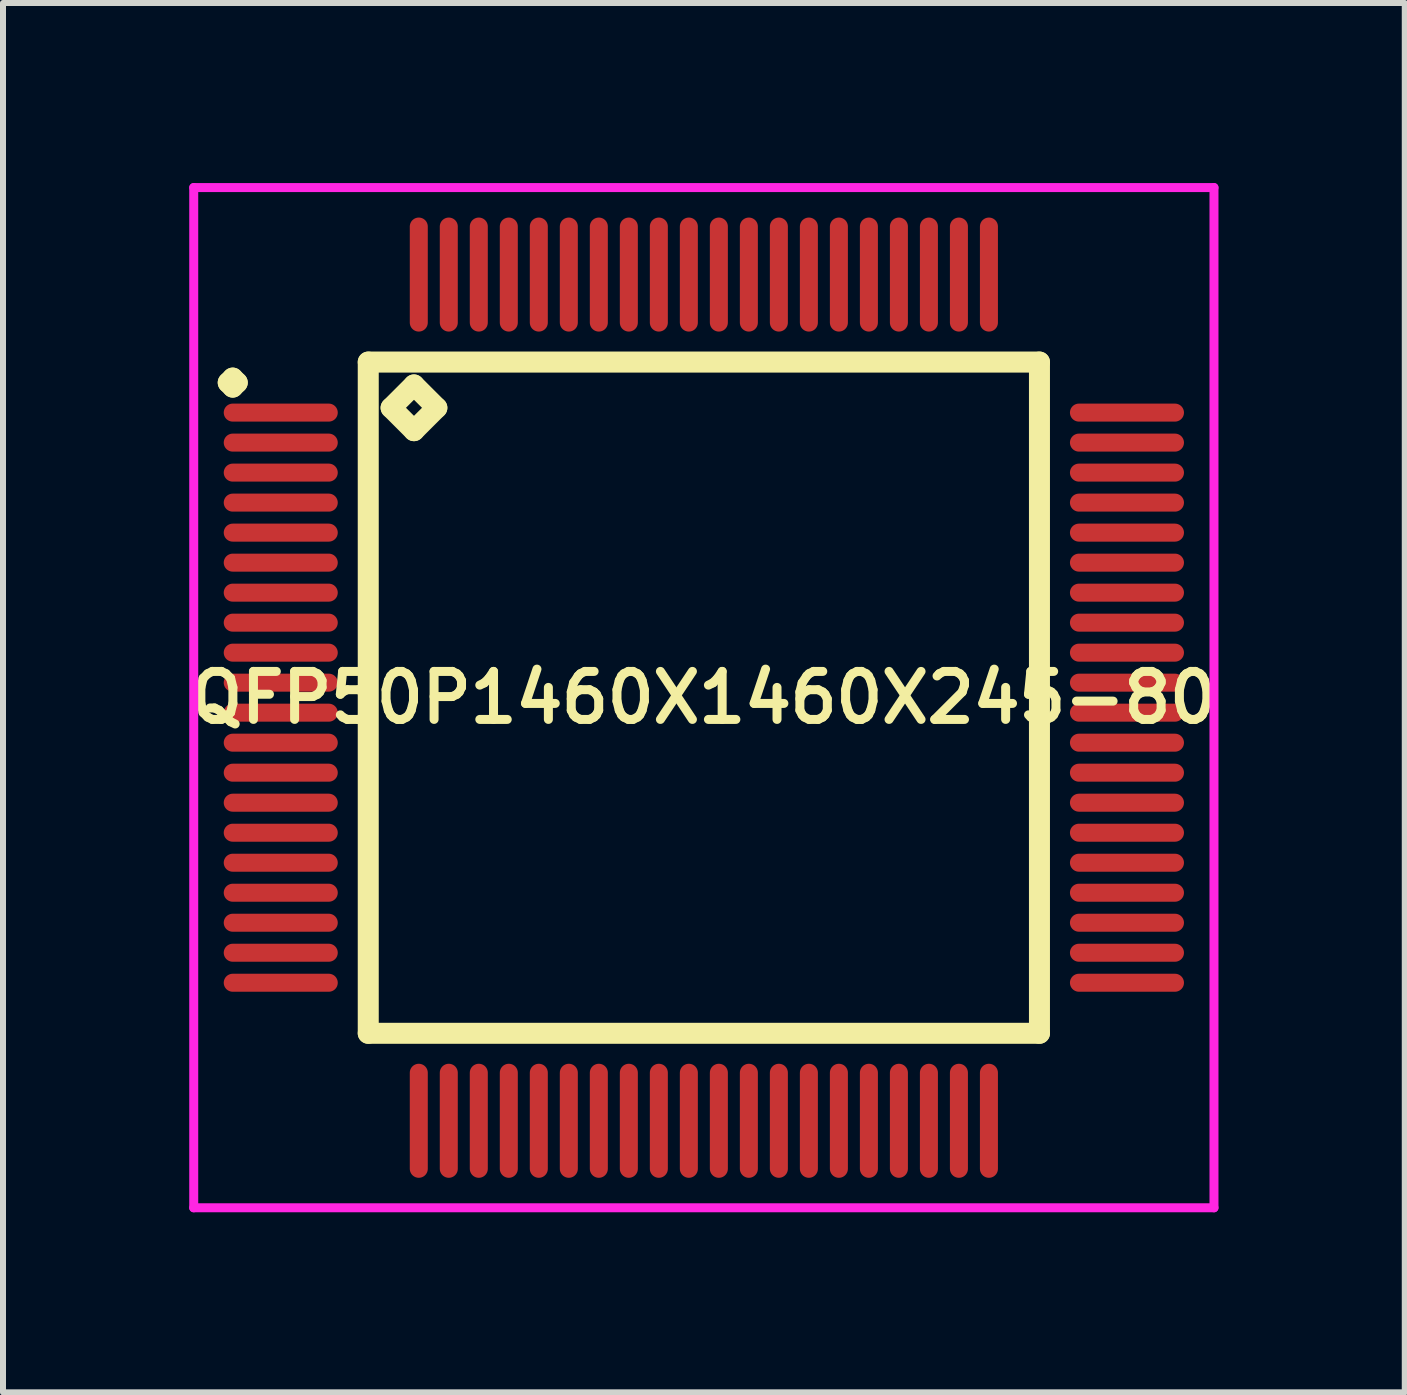
<source format=kicad_pcb>
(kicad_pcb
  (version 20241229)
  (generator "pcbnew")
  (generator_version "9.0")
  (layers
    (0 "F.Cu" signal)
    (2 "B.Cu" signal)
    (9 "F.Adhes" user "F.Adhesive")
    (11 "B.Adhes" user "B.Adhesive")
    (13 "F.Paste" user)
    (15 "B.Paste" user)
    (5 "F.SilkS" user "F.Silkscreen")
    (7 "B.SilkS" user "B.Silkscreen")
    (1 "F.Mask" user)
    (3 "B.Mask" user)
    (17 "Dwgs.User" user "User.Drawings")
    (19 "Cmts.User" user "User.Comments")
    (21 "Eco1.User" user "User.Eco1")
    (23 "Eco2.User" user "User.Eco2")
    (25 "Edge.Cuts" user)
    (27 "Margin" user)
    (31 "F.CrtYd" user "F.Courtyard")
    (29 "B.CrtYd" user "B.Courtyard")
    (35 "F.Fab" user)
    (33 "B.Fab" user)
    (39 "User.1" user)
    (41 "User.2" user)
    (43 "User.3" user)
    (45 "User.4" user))
  (footprint "QFP50P1460X1460X245-80"
    (layer "F.Cu")
    (at 8.678 8.575)
    (property "Reference" "QFP50P1460X1460X245-80" (at 0 0 0) (layer "F.SilkS") (effects (font (size 0.8 0.8) (thickness 0.15))))
    (attr smd)
    (fp_line (start -7.925 -5.25) (end -7.85 -5.325) (stroke (width 0.35) (type solid)) (layer "F.SilkS"))
    (fp_line (start -7.85 -5.325) (end -7.775 -5.25) (stroke (width 0.35) (type solid)) (layer "F.SilkS"))
    (fp_line (start -7.85 -5.175) (end -7.925 -5.25) (stroke (width 0.35) (type solid)) (layer "F.SilkS"))
    (fp_line (start -7.775 -5.25) (end -7.85 -5.175) (stroke (width 0.35) (type solid)) (layer "F.SilkS"))
    (fp_line (start -5.592 -5.592) (end -5.592 5.592) (stroke (width 0.35) (type solid)) (layer "F.SilkS"))
    (fp_line (start -5.592 5.592) (end 5.592 5.592) (stroke (width 0.35) (type solid)) (layer "F.SilkS"))
    (fp_line (start -5.211 -4.83) (end -4.83 -5.211) (stroke (width 0.35) (type solid)) (layer "F.SilkS"))
    (fp_line (start -4.83 -5.211) (end -4.449 -4.83) (stroke (width 0.35) (type solid)) (layer "F.SilkS"))
    (fp_line (start -4.83 -4.449) (end -5.211 -4.83) (stroke (width 0.35) (type solid)) (layer "F.SilkS"))
    (fp_line (start -4.449 -4.83) (end -4.83 -4.449) (stroke (width 0.35) (type solid)) (layer "F.SilkS"))
    (fp_line (start 5.592 -5.592) (end -5.592 -5.592) (stroke (width 0.35) (type solid)) (layer "F.SilkS"))
    (fp_line (start 5.592 5.592) (end 5.592 -5.592) (stroke (width 0.35) (type solid)) (layer "F.SilkS"))
    (fp_line (start -8.5 -8.5) (end 8.5 -8.5) (stroke (width 0.15) (type solid)) (layer "F.CrtYd"))
    (fp_line (start -8.5 8.5) (end -8.5 -8.5) (stroke (width 0.15) (type solid)) (layer "F.CrtYd"))
    (fp_line (start 8.5 -8.5) (end 8.5 8.5) (stroke (width 0.15) (type solid)) (layer "F.CrtYd"))
    (fp_line (start 8.5 8.5) (end -8.5 8.5) (stroke (width 0.15) (type solid)) (layer "F.CrtYd"))
    (pad "1" smd oval (at -7.05 -4.75) (size 1.9 0.3) (layers "F.Cu" "F.Mask" "F.Paste"))
    (pad "2" smd oval (at -7.05 -4.25) (size 1.9 0.3) (layers "F.Cu" "F.Mask" "F.Paste"))
    (pad "3" smd oval (at -7.05 -3.75) (size 1.9 0.3) (layers "F.Cu" "F.Mask" "F.Paste"))
    (pad "4" smd oval (at -7.05 -3.25) (size 1.9 0.3) (layers "F.Cu" "F.Mask" "F.Paste"))
    (pad "5" smd oval (at -7.05 -2.75) (size 1.9 0.3) (layers "F.Cu" "F.Mask" "F.Paste"))
    (pad "6" smd oval (at -7.05 -2.25) (size 1.9 0.3) (layers "F.Cu" "F.Mask" "F.Paste"))
    (pad "7" smd oval (at -7.05 -1.75) (size 1.9 0.3) (layers "F.Cu" "F.Mask" "F.Paste"))
    (pad "8" smd oval (at -7.05 -1.25) (size 1.9 0.3) (layers "F.Cu" "F.Mask" "F.Paste"))
    (pad "9" smd oval (at -7.05 -0.75) (size 1.9 0.3) (layers "F.Cu" "F.Mask" "F.Paste"))
    (pad "10" smd oval (at -7.05 -0.25) (size 1.9 0.3) (layers "F.Cu" "F.Mask" "F.Paste"))
    (pad "11" smd oval (at -7.05 0.25) (size 1.9 0.3) (layers "F.Cu" "F.Mask" "F.Paste"))
    (pad "12" smd oval (at -7.05 0.75) (size 1.9 0.3) (layers "F.Cu" "F.Mask" "F.Paste"))
    (pad "13" smd oval (at -7.05 1.25) (size 1.9 0.3) (layers "F.Cu" "F.Mask" "F.Paste"))
    (pad "14" smd oval (at -7.05 1.75) (size 1.9 0.3) (layers "F.Cu" "F.Mask" "F.Paste"))
    (pad "15" smd oval (at -7.05 2.25) (size 1.9 0.3) (layers "F.Cu" "F.Mask" "F.Paste"))
    (pad "16" smd oval (at -7.05 2.75) (size 1.9 0.3) (layers "F.Cu" "F.Mask" "F.Paste"))
    (pad "17" smd oval (at -7.05 3.25) (size 1.9 0.3) (layers "F.Cu" "F.Mask" "F.Paste"))
    (pad "18" smd oval (at -7.05 3.75) (size 1.9 0.3) (layers "F.Cu" "F.Mask" "F.Paste"))
    (pad "19" smd oval (at -7.05 4.25) (size 1.9 0.3) (layers "F.Cu" "F.Mask" "F.Paste"))
    (pad "20" smd oval (at -7.05 4.75) (size 1.9 0.3) (layers "F.Cu" "F.Mask" "F.Paste"))
    (pad "21" smd oval (at -4.75 7.05) (size 0.3 1.9) (layers "F.Cu" "F.Mask" "F.Paste"))
    (pad "22" smd oval (at -4.25 7.05) (size 0.3 1.9) (layers "F.Cu" "F.Mask" "F.Paste"))
    (pad "23" smd oval (at -3.75 7.05) (size 0.3 1.9) (layers "F.Cu" "F.Mask" "F.Paste"))
    (pad "24" smd oval (at -3.25 7.05) (size 0.3 1.9) (layers "F.Cu" "F.Mask" "F.Paste"))
    (pad "25" smd oval (at -2.75 7.05) (size 0.3 1.9) (layers "F.Cu" "F.Mask" "F.Paste"))
    (pad "26" smd oval (at -2.25 7.05) (size 0.3 1.9) (layers "F.Cu" "F.Mask" "F.Paste"))
    (pad "27" smd oval (at -1.75 7.05) (size 0.3 1.9) (layers "F.Cu" "F.Mask" "F.Paste"))
    (pad "28" smd oval (at -1.25 7.05) (size 0.3 1.9) (layers "F.Cu" "F.Mask" "F.Paste"))
    (pad "29" smd oval (at -0.75 7.05) (size 0.3 1.9) (layers "F.Cu" "F.Mask" "F.Paste"))
    (pad "30" smd oval (at -0.25 7.05) (size 0.3 1.9) (layers "F.Cu" "F.Mask" "F.Paste"))
    (pad "31" smd oval (at 0.25 7.05) (size 0.3 1.9) (layers "F.Cu" "F.Mask" "F.Paste"))
    (pad "32" smd oval (at 0.75 7.05) (size 0.3 1.9) (layers "F.Cu" "F.Mask" "F.Paste"))
    (pad "33" smd oval (at 1.25 7.05) (size 0.3 1.9) (layers "F.Cu" "F.Mask" "F.Paste"))
    (pad "34" smd oval (at 1.75 7.05) (size 0.3 1.9) (layers "F.Cu" "F.Mask" "F.Paste"))
    (pad "35" smd oval (at 2.25 7.05) (size 0.3 1.9) (layers "F.Cu" "F.Mask" "F.Paste"))
    (pad "36" smd oval (at 2.75 7.05) (size 0.3 1.9) (layers "F.Cu" "F.Mask" "F.Paste"))
    (pad "37" smd oval (at 3.25 7.05) (size 0.3 1.9) (layers "F.Cu" "F.Mask" "F.Paste"))
    (pad "38" smd oval (at 3.75 7.05) (size 0.3 1.9) (layers "F.Cu" "F.Mask" "F.Paste"))
    (pad "39" smd oval (at 4.25 7.05) (size 0.3 1.9) (layers "F.Cu" "F.Mask" "F.Paste"))
    (pad "40" smd oval (at 4.75 7.05) (size 0.3 1.9) (layers "F.Cu" "F.Mask" "F.Paste"))
    (pad "41" smd oval (at 7.05 4.75) (size 1.9 0.3) (layers "F.Cu" "F.Mask" "F.Paste"))
    (pad "42" smd oval (at 7.05 4.25) (size 1.9 0.3) (layers "F.Cu" "F.Mask" "F.Paste"))
    (pad "43" smd oval (at 7.05 3.75) (size 1.9 0.3) (layers "F.Cu" "F.Mask" "F.Paste"))
    (pad "44" smd oval (at 7.05 3.25) (size 1.9 0.3) (layers "F.Cu" "F.Mask" "F.Paste"))
    (pad "45" smd oval (at 7.05 2.75) (size 1.9 0.3) (layers "F.Cu" "F.Mask" "F.Paste"))
    (pad "46" smd oval (at 7.05 2.25) (size 1.9 0.3) (layers "F.Cu" "F.Mask" "F.Paste"))
    (pad "47" smd oval (at 7.05 1.75) (size 1.9 0.3) (layers "F.Cu" "F.Mask" "F.Paste"))
    (pad "48" smd oval (at 7.05 1.25) (size 1.9 0.3) (layers "F.Cu" "F.Mask" "F.Paste"))
    (pad "49" smd oval (at 7.05 0.75) (size 1.9 0.3) (layers "F.Cu" "F.Mask" "F.Paste"))
    (pad "50" smd oval (at 7.05 0.25) (size 1.9 0.3) (layers "F.Cu" "F.Mask" "F.Paste"))
    (pad "51" smd oval (at 7.05 -0.25) (size 1.9 0.3) (layers "F.Cu" "F.Mask" "F.Paste"))
    (pad "52" smd oval (at 7.05 -0.75) (size 1.9 0.3) (layers "F.Cu" "F.Mask" "F.Paste"))
    (pad "53" smd oval (at 7.05 -1.25) (size 1.9 0.3) (layers "F.Cu" "F.Mask" "F.Paste"))
    (pad "54" smd oval (at 7.05 -1.75) (size 1.9 0.3) (layers "F.Cu" "F.Mask" "F.Paste"))
    (pad "55" smd oval (at 7.05 -2.25) (size 1.9 0.3) (layers "F.Cu" "F.Mask" "F.Paste"))
    (pad "56" smd oval (at 7.05 -2.75) (size 1.9 0.3) (layers "F.Cu" "F.Mask" "F.Paste"))
    (pad "57" smd oval (at 7.05 -3.25) (size 1.9 0.3) (layers "F.Cu" "F.Mask" "F.Paste"))
    (pad "58" smd oval (at 7.05 -3.75) (size 1.9 0.3) (layers "F.Cu" "F.Mask" "F.Paste"))
    (pad "59" smd oval (at 7.05 -4.25) (size 1.9 0.3) (layers "F.Cu" "F.Mask" "F.Paste"))
    (pad "60" smd oval (at 7.05 -4.75) (size 1.9 0.3) (layers "F.Cu" "F.Mask" "F.Paste"))
    (pad "61" smd oval (at 4.75 -7.05) (size 0.3 1.9) (layers "F.Cu" "F.Mask" "F.Paste"))
    (pad "62" smd oval (at 4.25 -7.05) (size 0.3 1.9) (layers "F.Cu" "F.Mask" "F.Paste"))
    (pad "63" smd oval (at 3.75 -7.05) (size 0.3 1.9) (layers "F.Cu" "F.Mask" "F.Paste"))
    (pad "64" smd oval (at 3.25 -7.05) (size 0.3 1.9) (layers "F.Cu" "F.Mask" "F.Paste"))
    (pad "65" smd oval (at 2.75 -7.05) (size 0.3 1.9) (layers "F.Cu" "F.Mask" "F.Paste"))
    (pad "66" smd oval (at 2.25 -7.05) (size 0.3 1.9) (layers "F.Cu" "F.Mask" "F.Paste"))
    (pad "67" smd oval (at 1.75 -7.05) (size 0.3 1.9) (layers "F.Cu" "F.Mask" "F.Paste"))
    (pad "68" smd oval (at 1.25 -7.05) (size 0.3 1.9) (layers "F.Cu" "F.Mask" "F.Paste"))
    (pad "69" smd oval (at 0.75 -7.05) (size 0.3 1.9) (layers "F.Cu" "F.Mask" "F.Paste"))
    (pad "70" smd oval (at 0.25 -7.05) (size 0.3 1.9) (layers "F.Cu" "F.Mask" "F.Paste"))
    (pad "71" smd oval (at -0.25 -7.05) (size 0.3 1.9) (layers "F.Cu" "F.Mask" "F.Paste"))
    (pad "72" smd oval (at -0.75 -7.05) (size 0.3 1.9) (layers "F.Cu" "F.Mask" "F.Paste"))
    (pad "73" smd oval (at -1.25 -7.05) (size 0.3 1.9) (layers "F.Cu" "F.Mask" "F.Paste"))
    (pad "74" smd oval (at -1.75 -7.05) (size 0.3 1.9) (layers "F.Cu" "F.Mask" "F.Paste"))
    (pad "75" smd oval (at -2.25 -7.05) (size 0.3 1.9) (layers "F.Cu" "F.Mask" "F.Paste"))
    (pad "76" smd oval (at -2.75 -7.05) (size 0.3 1.9) (layers "F.Cu" "F.Mask" "F.Paste"))
    (pad "77" smd oval (at -3.25 -7.05) (size 0.3 1.9) (layers "F.Cu" "F.Mask" "F.Paste"))
    (pad "78" smd oval (at -3.75 -7.05) (size 0.3 1.9) (layers "F.Cu" "F.Mask" "F.Paste"))
    (pad "79" smd oval (at -4.25 -7.05) (size 0.3 1.9) (layers "F.Cu" "F.Mask" "F.Paste"))
    (pad "80" smd oval (at -4.75 -7.05) (size 0.3 1.9) (layers "F.Cu" "F.Mask" "F.Paste")))
  (gr_rect
    (start -3 -3)
    (end 20.357 20.15)
    (stroke (width 0.1) (type default))
    (fill no)
    (layer "Edge.Cuts")))
</source>
